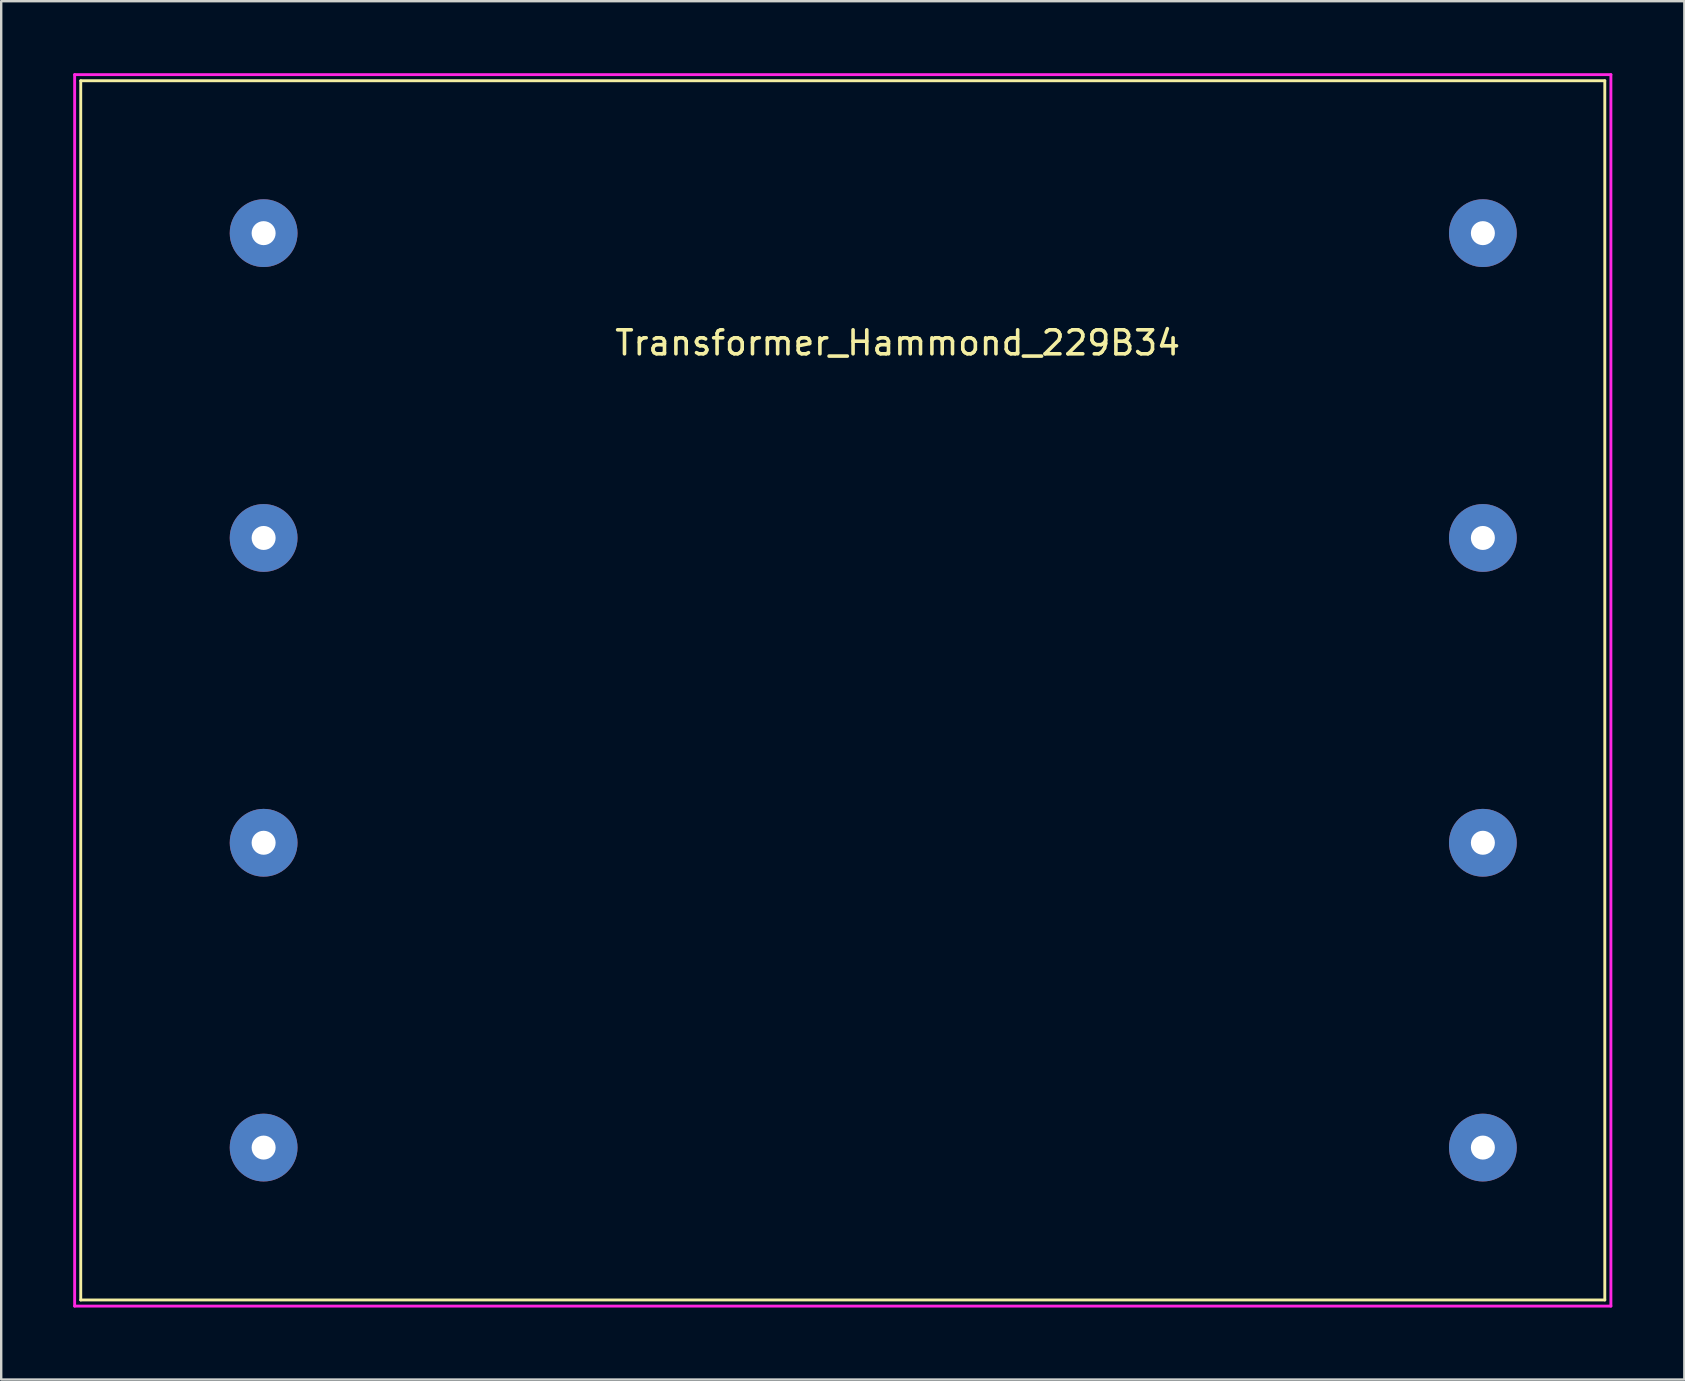
<source format=kicad_pcb>
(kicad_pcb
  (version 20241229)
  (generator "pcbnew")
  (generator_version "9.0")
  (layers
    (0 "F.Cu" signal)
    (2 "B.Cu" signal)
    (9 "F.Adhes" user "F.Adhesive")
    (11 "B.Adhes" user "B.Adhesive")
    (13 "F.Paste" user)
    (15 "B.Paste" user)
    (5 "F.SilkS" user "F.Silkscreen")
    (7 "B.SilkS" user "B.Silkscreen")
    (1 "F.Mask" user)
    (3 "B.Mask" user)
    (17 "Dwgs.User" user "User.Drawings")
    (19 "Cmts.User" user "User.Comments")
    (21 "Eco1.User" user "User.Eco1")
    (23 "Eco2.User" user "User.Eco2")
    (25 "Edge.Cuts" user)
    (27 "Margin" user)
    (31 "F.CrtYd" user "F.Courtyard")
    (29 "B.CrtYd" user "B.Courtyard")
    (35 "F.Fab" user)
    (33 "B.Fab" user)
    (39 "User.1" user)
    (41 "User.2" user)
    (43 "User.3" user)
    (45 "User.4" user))
  (footprint "Transformer_Hammond_229B34"
    (layer "F.Cu")
    (at 7.934 44.764)
    (property "Reference" "Transformer_Hammond_229B34" (at 26.416 -33.528 0) (layer "F.SilkS") (effects (font (size 1 1) (thickness 0.15))))
    (attr through_hole)
    (fp_line (start -7.62 -44.45) (end 55.88 -44.45) (stroke (width 0.12) (type solid)) (layer "F.SilkS"))
    (fp_line (start -7.62 6.35) (end -7.62 -44.45) (stroke (width 0.12) (type solid)) (layer "F.SilkS"))
    (fp_line (start 55.88 -44.45) (end 55.88 6.35) (stroke (width 0.12) (type solid)) (layer "F.SilkS"))
    (fp_line (start 55.88 6.35) (end -7.62 6.35) (stroke (width 0.12) (type solid)) (layer "F.SilkS"))
    (fp_line (start -7.874 -44.704) (end 56.134 -44.704) (stroke (width 0.12) (type solid)) (layer "F.CrtYd"))
    (fp_line (start -7.874 6.604) (end -7.874 -44.704) (stroke (width 0.12) (type solid)) (layer "F.CrtYd"))
    (fp_line (start 56.134 -44.704) (end 56.134 6.604) (stroke (width 0.12) (type solid)) (layer "F.CrtYd"))
    (fp_line (start 56.134 6.604) (end -7.874 6.604) (stroke (width 0.12) (type solid)) (layer "F.CrtYd"))
    (pad "1" thru_hole circle (at 0 0) (size 2.824 2.824) (drill 1) (layers "*.Cu" "*.Mask"))
    (pad "2" thru_hole circle (at 0 -12.7) (size 2.824 2.824) (drill 1) (layers "*.Cu" "*.Mask"))
    (pad "3" thru_hole circle (at 0 -38.1) (size 2.824 2.824) (drill 1) (layers "*.Cu" "*.Mask"))
    (pad "4" thru_hole circle (at 0 -25.4) (size 2.824 2.824) (drill 1) (layers "*.Cu" "*.Mask"))
    (pad "5" thru_hole circle (at 50.8 0) (size 2.824 2.824) (drill 1) (layers "*.Cu" "*.Mask"))
    (pad "6" thru_hole circle (at 50.8 -12.7) (size 2.824 2.824) (drill 1) (layers "*.Cu" "*.Mask"))
    (pad "7" thru_hole circle (at 50.8 -38.1) (size 2.824 2.824) (drill 1) (layers "*.Cu" "*.Mask"))
    (pad "8" thru_hole circle (at 50.8 -25.4) (size 2.824 2.824) (drill 1) (layers "*.Cu" "*.Mask")))
  (gr_rect
    (start -3 -3)
    (end 67.128 54.428)
    (stroke (width 0.1) (type default))
    (fill no)
    (layer "Edge.Cuts")))
</source>
